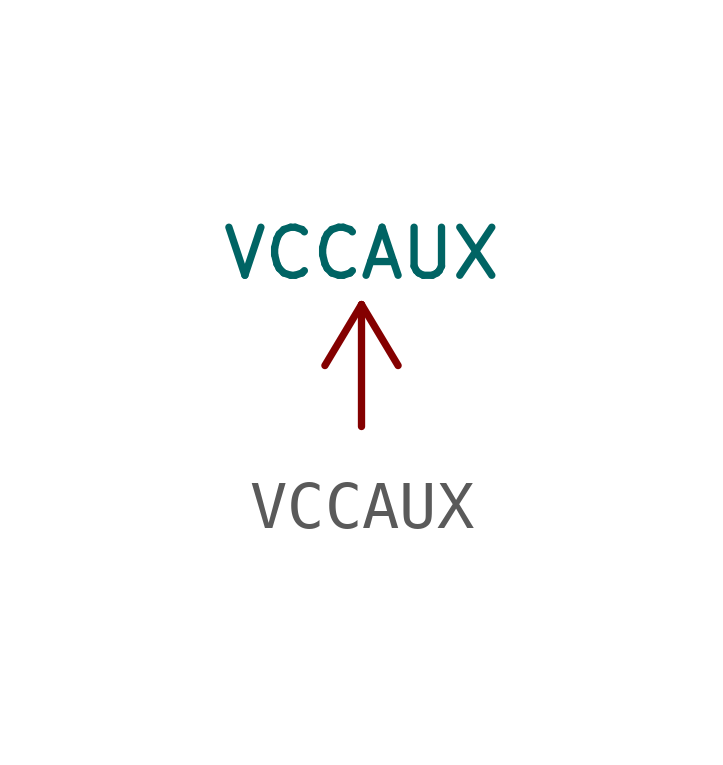
<source format=kicad_sym>
(kicad_symbol_lib
  (version 20241209)
  (generator "kicad_symbol_editor")
  (generator_version "9.0")
  (symbol "VCCAUX"
    (power)
    (pin_names
      (offset 0))
    (property "Reference" "#PWR?"
      (at 0 -3.81 0)
      (effects (font (size 1.27 1.27)) (hide yes)))
    (property "Value" "VCCAUX"
      (at 0 3.605 0)
      (effects (font (size 1 1))))
    (symbol "VCCAUX_0_1"
      (polyline (pts (xy -0.762 1.27) (xy 0 2.54)) (stroke (width 0) (type default)) (fill (type none)))
      (polyline (pts (xy 0 2.54) (xy 0.762 1.27)) (stroke (width 0) (type default)) (fill (type none)))
      (polyline (pts (xy 0 0) (xy 0 2.54)) (stroke (width 0) (type default)) (fill (type none))))
    (symbol "VCCAUX_1_1"
      (pin power_in line (at 0 0 90) (length 0) (hide yes) (name "VCCAUX" (effects (font (size 1.27 1.27)))) (number "1" (effects (font (size 1.27 1.27))))))))
</source>
